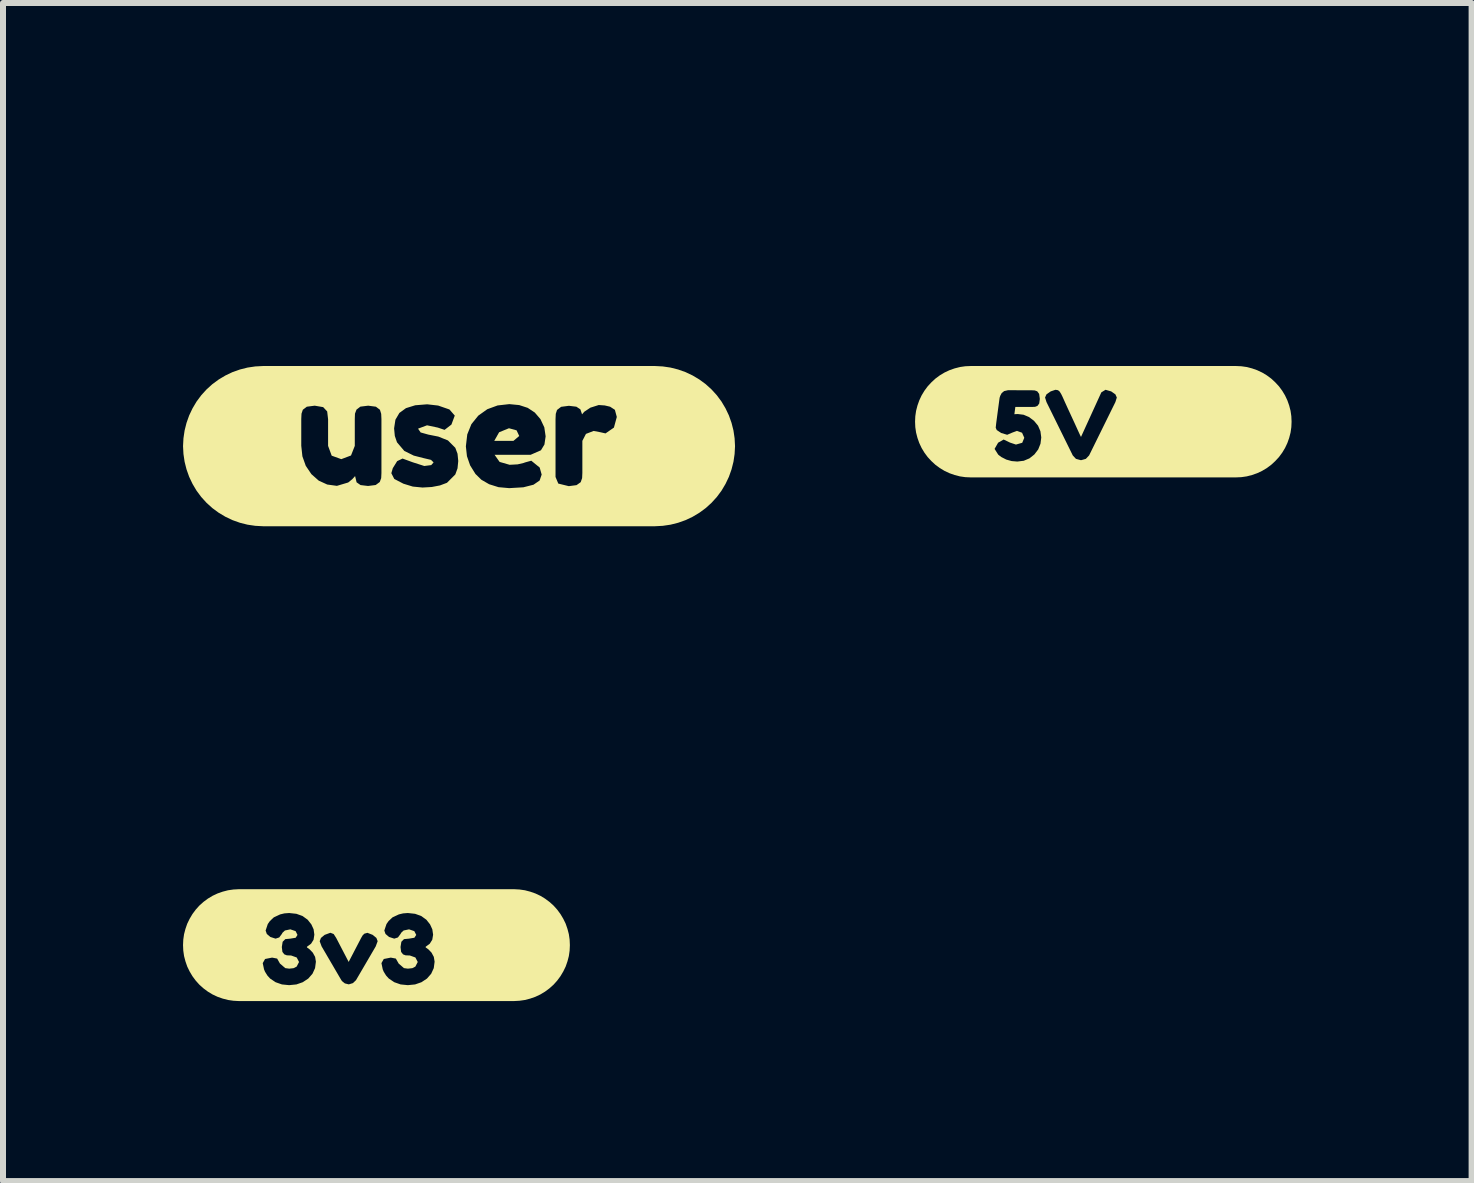
<source format=kicad_pcb>
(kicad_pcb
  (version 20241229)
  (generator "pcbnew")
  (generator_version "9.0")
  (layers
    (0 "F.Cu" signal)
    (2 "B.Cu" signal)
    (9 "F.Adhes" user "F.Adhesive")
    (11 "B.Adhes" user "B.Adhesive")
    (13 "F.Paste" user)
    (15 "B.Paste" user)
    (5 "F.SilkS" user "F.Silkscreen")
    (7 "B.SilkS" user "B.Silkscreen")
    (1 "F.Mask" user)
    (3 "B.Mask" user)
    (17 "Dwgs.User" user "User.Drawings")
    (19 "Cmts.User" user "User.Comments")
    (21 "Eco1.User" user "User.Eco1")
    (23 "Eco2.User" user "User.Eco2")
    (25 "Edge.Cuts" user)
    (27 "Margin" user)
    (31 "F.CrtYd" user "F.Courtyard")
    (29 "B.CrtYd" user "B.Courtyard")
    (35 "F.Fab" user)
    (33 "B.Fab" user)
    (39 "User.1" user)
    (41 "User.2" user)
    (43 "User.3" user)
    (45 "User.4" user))
  (footprint "kibuzzard-659F49E4"
    (layer "F.Cu")
    (at 15.335 3.977)
    (property "Reference" "kibuzzard-659F49E4" (at 0 -3.976 0) (layer "F.SilkS") (effects (font (size 0.001 0.001) (thickness 0.15))))
    (attr board_only exclude_from_pos_files exclude_from_bom)
    (fp_poly (pts (xy -1.812 -0.928) (xy -2.209 -0.928) (xy -2.3 -0.924) (xy -2.39 -0.911) (xy -2.479 -0.888) (xy -2.564 -0.858) (xy -2.647 -0.819) (xy -2.725 -0.772) (xy -2.798 -0.718) (xy -2.865 -0.656) (xy -2.927 -0.589) (xy -2.981 -0.516) (xy -3.028 -0.438) (xy -3.067 -0.355) (xy -3.097 -0.27) (xy -3.12 -0.181) (xy -3.133 -0.091) (xy -3.137 0) (xy -3.133 0.091) (xy -3.12 0.181) (xy -3.097 0.27) (xy -3.067 0.355) (xy -3.028 0.438) (xy -2.981 0.516) (xy -2.927 0.589) (xy -2.865 0.656) (xy -2.798 0.718) (xy -2.725 0.772) (xy -2.647 0.819) (xy -2.564 0.858) (xy -2.479 0.888) (xy -2.39 0.911) (xy -2.3 0.924) (xy -2.209 0.928) (xy -1.812 0.928) (xy -1.433 0.928) (xy -1.433 0.664) (xy -1.528 0.656) (xy -1.617 0.631) (xy -1.699 0.589) (xy -1.739 0.559) (xy -1.752 0.548) (xy -1.812 0.453) (xy -1.753 0.35) (xy -1.661 0.297) (xy -1.555 0.348) (xy -1.456 0.381) (xy -1.351 0.351) (xy -1.317 0.268) (xy -1.354 0.184) (xy -1.439 0.153) (xy -1.515 0.181) (xy -1.602 0.218) (xy -1.702 0.188) (xy -1.776 0.139) (xy -1.793 0.1) (xy -1.785 0.026) (xy -1.761 -0.155) (xy -1.737 -0.334) (xy -1.728 -0.4) (xy -1.717 -0.433) (xy -1.694 -0.476) (xy -1.653 -0.51) (xy -1.588 -0.525) (xy -1.347 -0.524) (xy -1.198 -0.524) (xy -1.142 -0.521) (xy -1.101 -0.506) (xy -1.069 -0.463) (xy -1.058 -0.379) (xy -1.068 -0.303) (xy -1.098 -0.263) (xy -1.137 -0.248) (xy -1.188 -0.246) (xy -1.466 -0.246) (xy -1.482 -0.125) (xy -1.426 -0.128) (xy -1.329 -0.116) (xy -1.239 -0.078) (xy -1.155 -0.015) (xy -1.088 0.066) (xy -1.048 0.159) (xy -1.034 0.263) (xy -1.047 0.367) (xy -1.085 0.462) (xy -1.149 0.546) (xy -1.231 0.611) (xy -1.326 0.651) (xy -1.433 0.664) (xy -1.433 0.928) (xy -0.364 0.928) (xy -0.364 0.64) (xy -0.38 0.64) (xy -0.456 0.619) (xy -0.509 0.562) (xy -0.947 -0.327) (xy -0.971 -0.403) (xy -0.947 -0.456) (xy -0.877 -0.505) (xy -0.797 -0.532) (xy -0.755 -0.525) (xy -0.728 -0.503) (xy -0.702 -0.461) (xy -0.68 -0.416) (xy -0.641 -0.329) (xy -0.59 -0.217) (xy -0.535 -0.098) (xy -0.48 0.021) (xy -0.429 0.133) (xy -0.39 0.218) (xy -0.372 0.254) (xy -0.055 -0.441) (xy -0.033 -0.489) (xy 0.037 -0.532) (xy 0.131 -0.505) (xy 0.201 -0.456) (xy 0.225 -0.403) (xy 0.201 -0.327) (xy -0.237 0.562) (xy -0.291 0.619) (xy -0.364 0.64) (xy -0.364 0.928) (xy 0.225 0.928) (xy 2.209 0.928) (xy 2.3 0.924) (xy 2.39 0.911) (xy 2.479 0.888) (xy 2.564 0.858) (xy 2.647 0.819) (xy 2.725 0.772) (xy 2.798 0.718) (xy 2.865 0.656) (xy 2.927 0.589) (xy 2.981 0.516) (xy 3.028 0.438) (xy 3.067 0.355) (xy 3.097 0.27) (xy 3.12 0.181) (xy 3.133 0.091) (xy 3.137 0) (xy 3.133 -0.091) (xy 3.12 -0.181) (xy 3.097 -0.27) (xy 3.067 -0.355) (xy 3.028 -0.438) (xy 2.981 -0.516) (xy 2.927 -0.589) (xy 2.865 -0.656) (xy 2.798 -0.718) (xy 2.725 -0.772) (xy 2.647 -0.819) (xy 2.564 -0.858) (xy 2.479 -0.888) (xy 2.39 -0.911) (xy 2.3 -0.924) (xy 2.209 -0.928) (xy 0.225 -0.928) (xy -1.812 -0.928)) (stroke (width 0) (type solid)) (fill yes) (layer "F.SilkS")))
  (footprint "kibuzzard-65A2E096"
    (layer "F.Cu")
    (at 4.599 4.384)
    (property "Reference" "kibuzzard-65A2E096" (at 0 -4.383 0) (layer "F.SilkS") (effects (font (size 0.001 0.001) (thickness 0.15))))
    (attr board_only exclude_from_pos_files exclude_from_bom)
    (fp_poly (pts (xy 0.907 -0.088) (xy 1.003 -0.169) (xy 0.959 -0.263) (xy 0.832 -0.298) (xy 0.668 -0.231) (xy 0.587 -0.088) (xy 0.907 -0.088)) (stroke (width 0) (type solid)) (fill yes) (layer "F.SilkS"))
    (fp_poly (pts (xy -2.629 -1.335) (xy -3.264 -1.335) (xy -3.395 -1.328) (xy -3.524 -1.309) (xy -3.651 -1.277) (xy -3.775 -1.233) (xy -3.893 -1.177) (xy -4.005 -1.11) (xy -4.111 -1.032) (xy -4.208 -0.944) (xy -4.296 -0.847) (xy -4.374 -0.742) (xy -4.441 -0.629) (xy -4.497 -0.511) (xy -4.541 -0.387) (xy -4.573 -0.26) (xy -4.592 -0.131) (xy -4.599 0) (xy -4.592 0.131) (xy -4.573 0.26) (xy -4.541 0.387) (xy -4.497 0.511) (xy -4.441 0.629) (xy -4.374 0.742) (xy -4.296 0.847) (xy -4.208 0.944) (xy -4.111 1.032) (xy -4.005 1.11) (xy -3.893 1.177) (xy -3.775 1.233) (xy -3.651 1.277) (xy -3.524 1.309) (xy -3.395 1.328) (xy -3.264 1.335) (xy -2.629 1.335) (xy -1.516 1.335) (xy -1.516 0.664) (xy -1.641 0.649) (xy -1.707 0.603) (xy -1.732 0.499) (xy -1.778 0.55) (xy -1.847 0.606) (xy -2.035 0.662) (xy -2.196 0.64) (xy -2.338 0.575) (xy -2.46 0.467) (xy -2.554 0.328) (xy -2.61 0.17) (xy -2.629 -0.006) (xy -2.629 -0.451) (xy -2.625 -0.54) (xy -2.603 -0.606) (xy -2.536 -0.657) (xy -2.405 -0.674) (xy -2.264 -0.65) (xy -2.197 -0.578) (xy -2.182 -0.448) (xy -2.182 -0.004) (xy -2.122 0.159) (xy -1.962 0.217) (xy -1.8 0.156) (xy -1.737 -0.004) (xy -1.737 -0.453) (xy -1.734 -0.541) (xy -1.709 -0.608) (xy -1.644 -0.658) (xy -1.514 -0.674) (xy -1.385 -0.657) (xy -1.318 -0.606) (xy -1.297 -0.538) (xy -1.293 -0.451) (xy -1.293 0.448) (xy -1.297 0.533) (xy -1.321 0.598) (xy -1.389 0.648) (xy -1.516 0.664) (xy -1.516 1.335) (xy -0.608 1.335) (xy -0.608 0.69) (xy -0.77 0.674) (xy -0.927 0.626) (xy -1.079 0.547) (xy -1.128 0.451) (xy -1.104 0.368) (xy -1.031 0.25) (xy -0.941 0.207) (xy -0.772 0.269) (xy -0.579 0.331) (xy -0.463 0.316) (xy -0.424 0.271) (xy -0.467 0.229) (xy -0.594 0.199) (xy -0.754 0.158) (xy -0.912 0.08) (xy -1.034 -0.064) (xy -1.07 -0.17) (xy -1.082 -0.296) (xy -1.06 -0.44) (xy -0.994 -0.553) (xy -0.884 -0.633) (xy -0.729 -0.681) (xy -0.531 -0.697) (xy -0.348 -0.676) (xy -0.16 -0.611) (xy -0.071 -0.509) (xy -0.127 -0.359) (xy -0.241 -0.271) (xy -0.354 -0.309) (xy -0.533 -0.347) (xy -0.683 -0.291) (xy -0.64 -0.228) (xy -0.511 -0.192) (xy -0.345 -0.159) (xy -0.185 -0.095) (xy -0.062 0.028) (xy -0.025 0.127) (xy -0.013 0.248) (xy -0.025 0.37) (xy -0.062 0.472) (xy -0.201 0.611) (xy -0.318 0.655) (xy -0.454 0.681) (xy -0.608 0.69) (xy -0.608 1.335) (xy 0.836 1.335) (xy 0.836 0.7) (xy 0.658 0.684) (xy 0.502 0.635) (xy 0.372 0.56) (xy 0.274 0.464) (xy 0.185 0.321) (xy 0.132 0.168) (xy 0.114 0.004) (xy 0.137 -0.195) (xy 0.206 -0.366) (xy 0.321 -0.508) (xy 0.471 -0.615) (xy 0.643 -0.678) (xy 0.838 -0.7) (xy 1.003 -0.684) (xy 1.144 -0.638) (xy 1.262 -0.56) (xy 1.356 -0.451) (xy 1.421 -0.313) (xy 1.443 -0.163) (xy 1.423 -0.027) (xy 1.365 0.069) (xy 1.194 0.144) (xy 0.592 0.144) (xy 0.676 0.263) (xy 0.843 0.311) (xy 0.975 0.304) (xy 1.074 0.281) (xy 1.102 0.271) (xy 1.204 0.243) (xy 1.344 0.357) (xy 1.377 0.474) (xy 1.343 0.573) (xy 1.241 0.643) (xy 1.072 0.686) (xy 0.836 0.7) (xy 0.836 1.335) (xy 1.829 1.335) (xy 1.829 0.667) (xy 1.654 0.624) (xy 1.608 0.514) (xy 1.608 0.441) (xy 1.608 -0.451) (xy 1.612 -0.538) (xy 1.633 -0.603) (xy 1.701 -0.655) (xy 1.831 -0.672) (xy 1.955 -0.657) (xy 2.022 -0.613) (xy 2.05 -0.53) (xy 2.087 -0.573) (xy 2.189 -0.641) (xy 2.328 -0.685) (xy 2.428 -0.678) (xy 2.517 -0.657) (xy 2.597 -0.605) (xy 2.629 -0.486) (xy 2.581 -0.309) (xy 2.441 -0.212) (xy 2.353 -0.232) (xy 2.243 -0.253) (xy 2.115 -0.204) (xy 2.055 -0.088) (xy 2.055 0.446) (xy 2.051 0.533) (xy 2.027 0.601) (xy 1.958 0.65) (xy 1.829 0.667) (xy 1.829 1.335) (xy 2.629 1.335) (xy 3.264 1.335) (xy 3.395 1.328) (xy 3.524 1.309) (xy 3.651 1.277) (xy 3.775 1.233) (xy 3.893 1.177) (xy 4.005 1.11) (xy 4.111 1.032) (xy 4.208 0.944) (xy 4.296 0.847) (xy 4.374 0.742) (xy 4.441 0.629) (xy 4.497 0.511) (xy 4.541 0.387) (xy 4.573 0.26) (xy 4.592 0.131) (xy 4.599 0) (xy 4.592 -0.131) (xy 4.573 -0.26) (xy 4.541 -0.387) (xy 4.497 -0.511) (xy 4.441 -0.629) (xy 4.374 -0.742) (xy 4.296 -0.847) (xy 4.208 -0.944) (xy 4.111 -1.032) (xy 4.005 -1.11) (xy 3.893 -1.177) (xy 3.775 -1.233) (xy 3.651 -1.277) (xy 3.524 -1.309) (xy 3.395 -1.328) (xy 3.264 -1.335) (xy 2.629 -1.335) (xy -2.629 -1.335)) (stroke (width 0) (type solid)) (fill yes) (layer "F.SilkS")))
  (footprint "kibuzzard-659F49F4"
    (layer "F.Cu")
    (at 3.223 12.699)
    (property "Reference" "kibuzzard-659F49F4" (at 0 -3.98 0) (layer "F.SilkS") (effects (font (size 0.001 0.001) (thickness 0.15))))
    (attr board_only exclude_from_pos_files exclude_from_bom)
    (fp_poly (pts (xy -1.895 -0.932) (xy -2.292 -0.932) (xy -2.383 -0.927) (xy -2.474 -0.914) (xy -2.562 -0.891) (xy -2.648 -0.861) (xy -2.731 -0.822) (xy -2.809 -0.775) (xy -2.883 -0.72) (xy -2.951 -0.659) (xy -3.012 -0.591) (xy -3.066 -0.518) (xy -3.113 -0.439) (xy -3.153 -0.357) (xy -3.183 -0.27) (xy -3.206 -0.182) (xy -3.219 -0.091) (xy -3.223 0) (xy -3.219 0.091) (xy -3.206 0.182) (xy -3.183 0.27) (xy -3.153 0.357) (xy -3.113 0.439) (xy -3.066 0.518) (xy -3.012 0.591) (xy -2.951 0.659) (xy -2.883 0.72) (xy -2.809 0.775) (xy -2.731 0.822) (xy -2.648 0.861) (xy -2.562 0.891) (xy -2.474 0.914) (xy -2.383 0.927) (xy -2.292 0.932) (xy -1.895 0.932) (xy -1.455 0.932) (xy -1.455 0.667) (xy -1.575 0.655) (xy -1.681 0.618) (xy -1.773 0.556) (xy -1.818 0.506) (xy -1.857 0.443) (xy -1.874 0.402) (xy -1.877 0.386) (xy -1.895 0.3) (xy -1.856 0.231) (xy -1.739 0.208) (xy -1.655 0.224) (xy -1.608 0.307) (xy -1.52 0.383) (xy -1.454 0.392) (xy -1.381 0.384) (xy -1.33 0.358) (xy -1.29 0.281) (xy -1.329 0.206) (xy -1.421 0.173) (xy -1.493 0.17) (xy -1.535 0.154) (xy -1.567 0.113) (xy -1.577 0.032) (xy -1.563 -0.056) (xy -1.519 -0.1) (xy -1.436 -0.108) (xy -1.346 -0.123) (xy -1.316 -0.17) (xy -1.347 -0.233) (xy -1.435 -0.263) (xy -1.525 -0.244) (xy -1.566 -0.206) (xy -1.576 -0.187) (xy -1.62 -0.128) (xy -1.681 -0.108) (xy -1.768 -0.136) (xy -1.827 -0.186) (xy -1.847 -0.243) (xy -1.811 -0.351) (xy -1.776 -0.401) (xy -1.71 -0.463) (xy -1.605 -0.512) (xy -1.534 -0.529) (xy -1.455 -0.535) (xy -1.334 -0.522) (xy -1.232 -0.485) (xy -1.147 -0.424) (xy -1.085 -0.346) (xy -1.047 -0.263) (xy -1.035 -0.174) (xy -1.048 -0.09) (xy -1.09 -0.023) (xy -1.158 0.027) (xy -1.158 0.038) (xy -1.112 0.072) (xy -1.062 0.124) (xy -1.022 0.196) (xy -1.009 0.276) (xy -1.023 0.383) (xy -1.066 0.477) (xy -1.136 0.557) (xy -1.228 0.618) (xy -1.334 0.655) (xy -1.455 0.667) (xy -1.455 0.932) (xy -0.461 0.932) (xy -0.461 0.654) (xy -0.526 0.638) (xy -0.569 0.604) (xy -0.584 0.586) (xy -0.914 0.021) (xy -0.946 -0.065) (xy -0.925 -0.12) (xy -0.863 -0.171) (xy -0.768 -0.206) (xy -0.713 -0.185) (xy -0.671 -0.12) (xy -0.463 0.28) (xy -0.255 -0.12) (xy -0.229 -0.164) (xy -0.201 -0.191) (xy -0.15 -0.205) (xy -0.063 -0.171) (xy -0.001 -0.12) (xy 0.02 -0.066) (xy -0.012 0.021) (xy -0.341 0.584) (xy -0.392 0.633) (xy -0.461 0.654) (xy -0.461 0.932) (xy 0.523 0.932) (xy 0.523 0.667) (xy 0.403 0.655) (xy 0.297 0.618) (xy 0.205 0.556) (xy 0.16 0.506) (xy 0.121 0.443) (xy 0.104 0.402) (xy 0.101 0.386) (xy 0.083 0.3) (xy 0.122 0.231) (xy 0.239 0.208) (xy 0.323 0.224) (xy 0.37 0.307) (xy 0.458 0.383) (xy 0.524 0.392) (xy 0.597 0.384) (xy 0.648 0.358) (xy 0.688 0.281) (xy 0.649 0.206) (xy 0.557 0.173) (xy 0.485 0.17) (xy 0.443 0.154) (xy 0.411 0.113) (xy 0.401 0.032) (xy 0.415 -0.056) (xy 0.459 -0.1) (xy 0.542 -0.108) (xy 0.632 -0.123) (xy 0.663 -0.17) (xy 0.631 -0.233) (xy 0.543 -0.263) (xy 0.453 -0.244) (xy 0.412 -0.206) (xy 0.402 -0.187) (xy 0.358 -0.128) (xy 0.297 -0.108) (xy 0.21 -0.136) (xy 0.151 -0.186) (xy 0.131 -0.243) (xy 0.167 -0.351) (xy 0.202 -0.401) (xy 0.268 -0.463) (xy 0.373 -0.512) (xy 0.444 -0.529) (xy 0.523 -0.535) (xy 0.644 -0.522) (xy 0.746 -0.485) (xy 0.831 -0.424) (xy 0.893 -0.346) (xy 0.931 -0.263) (xy 0.944 -0.174) (xy 0.93 -0.09) (xy 0.888 -0.023) (xy 0.82 0.027) (xy 0.82 0.038) (xy 0.867 0.072) (xy 0.917 0.124) (xy 0.956 0.196) (xy 0.969 0.276) (xy 0.955 0.383) (xy 0.912 0.477) (xy 0.842 0.557) (xy 0.75 0.618) (xy 0.644 0.655) (xy 0.523 0.667) (xy 0.523 0.932) (xy 0.969 0.932) (xy 2.292 0.932) (xy 2.383 0.927) (xy 2.474 0.914) (xy 2.562 0.891) (xy 2.648 0.861) (xy 2.731 0.822) (xy 2.809 0.775) (xy 2.883 0.72) (xy 2.951 0.659) (xy 3.012 0.591) (xy 3.066 0.518) (xy 3.113 0.439) (xy 3.153 0.357) (xy 3.183 0.27) (xy 3.206 0.182) (xy 3.219 0.091) (xy 3.223 0) (xy 3.219 -0.091) (xy 3.206 -0.182) (xy 3.183 -0.27) (xy 3.153 -0.357) (xy 3.113 -0.439) (xy 3.066 -0.518) (xy 3.012 -0.591) (xy 2.951 -0.659) (xy 2.883 -0.72) (xy 2.809 -0.775) (xy 2.731 -0.822) (xy 2.648 -0.861) (xy 2.562 -0.891) (xy 2.474 -0.914) (xy 2.383 -0.927) (xy 2.292 -0.932) (xy 0.969 -0.932) (xy -1.895 -0.932)) (stroke (width 0) (type solid)) (fill yes) (layer "F.SilkS")))
  (gr_rect
    (start -3 -3)
    (end 21.472 16.631)
    (stroke (width 0.1) (type default))
    (fill no)
    (layer "Edge.Cuts")))
</source>
